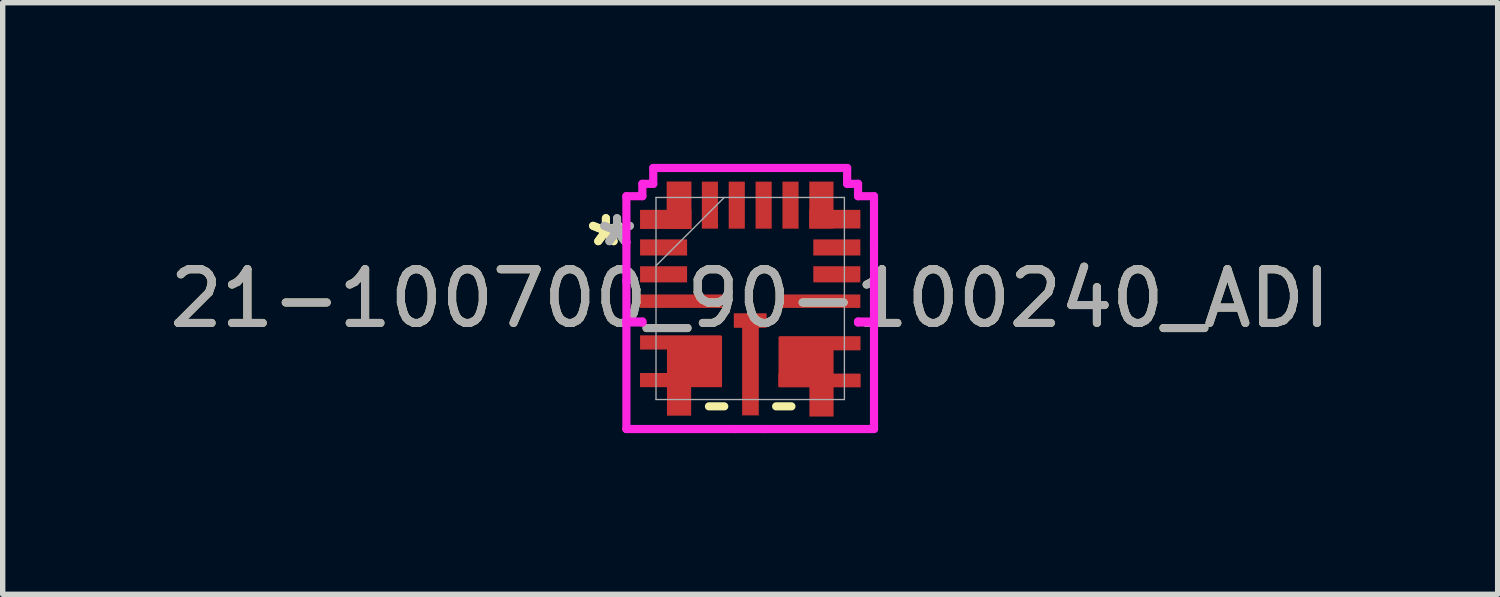
<source format=kicad_pcb>
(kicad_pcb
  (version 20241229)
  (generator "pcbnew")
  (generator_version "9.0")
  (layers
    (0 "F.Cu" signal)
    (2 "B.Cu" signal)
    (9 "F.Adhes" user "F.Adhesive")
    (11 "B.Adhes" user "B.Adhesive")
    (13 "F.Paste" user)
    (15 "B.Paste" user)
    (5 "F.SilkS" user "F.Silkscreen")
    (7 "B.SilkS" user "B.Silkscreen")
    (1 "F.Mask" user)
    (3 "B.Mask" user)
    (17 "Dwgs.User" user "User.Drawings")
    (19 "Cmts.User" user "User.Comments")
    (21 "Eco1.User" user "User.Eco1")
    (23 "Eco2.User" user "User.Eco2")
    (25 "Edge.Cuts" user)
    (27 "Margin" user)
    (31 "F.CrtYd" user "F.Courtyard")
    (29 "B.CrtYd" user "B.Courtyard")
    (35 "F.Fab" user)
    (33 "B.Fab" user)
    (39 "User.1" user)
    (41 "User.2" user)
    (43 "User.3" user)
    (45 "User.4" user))
  (footprint "21-100700_90-100240_ADI"
    (layer "F.Cu")
    (at 10.911 2.505)
    (property "Reference" "21-100700_90-100240_ADI" (at 0 0 0) (unlocked yes) (layer "F.SilkS") (effects (font (size 1 1) (thickness 0.15))))
    (attr smd allow_soldermask_bridges)
    (fp_poly (pts (xy -2.05 -1.3) (xy -2.05 -1.65) (xy -1.55 -1.65) (xy -1.55 -2.175) (xy -1.1 -2.175) (xy -1.1 -1.319) (xy -1.119 -1.3)) (stroke (width 0) (type solid)) (fill yes) (layer "F.Mask"))
    (fp_poly (pts (xy 2.05 -1.3) (xy 2.05 -1.65) (xy 1.55 -1.65) (xy 1.55 -2.175) (xy 1.1 -2.175) (xy 1.1 -1.319) (xy 1.119 -1.3)) (stroke (width 0) (type solid)) (fill yes) (layer "F.Mask"))
    (fp_poly (pts (xy -0.3 0.275) (xy 0.3 0.275) (xy 0.3 0.525) (xy 0.169 0.525) (xy 0.15 0.544) (xy 0.15 2.175) (xy -0.15 2.175) (xy -0.15 0.544) (xy -0.169 0.525) (xy -0.3 0.525)) (stroke (width 0) (type solid)) (fill yes) (layer "F.Mask"))
    (fp_poly (pts (xy -2.05 0.7) (xy -2.05 0.95) (xy -1.55 0.95) (xy -1.55 1.4) (xy -2.05 1.4) (xy -2.05 1.65) (xy -1.55 1.65) (xy -1.55 2.175) (xy -1.1 2.175) (xy -1.1 1.65) (xy -0.544 1.65) (xy -0.525 1.631) (xy -0.525 0.719) (xy -0.544 0.7)) (stroke (width 0) (type solid)) (fill yes) (layer "F.Mask"))
    (fp_poly (pts (xy 2.05 0.7) (xy 2.05 0.95) (xy 1.55 0.95) (xy 1.55 1.4) (xy 2.05 1.4) (xy 2.05 1.65) (xy 1.55 1.65) (xy 1.55 2.175) (xy 1.1 2.175) (xy 1.1 1.65) (xy 0.544 1.65) (xy 0.525 1.631) (xy 0.525 0.719) (xy 0.544 0.7)) (stroke (width 0) (type solid)) (fill yes) (layer "F.Mask"))
    (fp_line (start -0.483 2.007) (end -0.767 2.007) (stroke (width 0.152) (type solid)) (layer "F.SilkS"))
    (fp_line (start 0.767 2.007) (end 0.483 2.007) (stroke (width 0.152) (type solid)) (layer "F.SilkS"))
    (fp_poly (pts (xy -2.05 -1.3) (xy -2.05 -1.65) (xy -1.55 -1.65) (xy -1.55 -2.175) (xy -1.1 -2.175) (xy -1.1 -1.319) (xy -1.119 -1.3)) (stroke (width 0) (type solid)) (fill yes) (layer "F.Paste"))
    (fp_poly (pts (xy 2.05 -1.3) (xy 2.05 -1.65) (xy 1.55 -1.65) (xy 1.55 -2.175) (xy 1.1 -2.175) (xy 1.1 -1.319) (xy 1.119 -1.3)) (stroke (width 0) (type solid)) (fill yes) (layer "F.Paste"))
    (fp_poly (pts (xy -0.3 0.275) (xy 0.3 0.275) (xy 0.3 0.525) (xy 0.169 0.525) (xy 0.15 0.544) (xy 0.15 2.175) (xy -0.15 2.175) (xy -0.15 0.544) (xy -0.169 0.525) (xy -0.3 0.525)) (stroke (width 0) (type solid)) (fill yes) (layer "F.Paste"))
    (fp_poly (pts (xy -2.05 0.7) (xy -2.05 0.95) (xy -1.55 0.95) (xy -1.55 1.4) (xy -2.05 1.4) (xy -2.05 1.65) (xy -1.55 1.65) (xy -1.55 2.175) (xy -1.1 2.175) (xy -1.1 1.65) (xy -0.544 1.65) (xy -0.525 1.631) (xy -0.525 0.719) (xy -0.544 0.7)) (stroke (width 0) (type solid)) (fill yes) (layer "F.Paste"))
    (fp_poly (pts (xy 2.05 0.7) (xy 2.05 0.95) (xy 1.55 0.95) (xy 1.55 1.4) (xy 2.05 1.4) (xy 2.05 1.65) (xy 1.55 1.65) (xy 1.55 2.175) (xy 1.1 2.175) (xy 1.1 1.65) (xy 0.544 1.65) (xy 0.525 1.631) (xy 0.525 0.719) (xy 0.544 0.7)) (stroke (width 0) (type solid)) (fill yes) (layer "F.Paste"))
    (fp_line (start -2.304 -1.046) (end -2.304 -0.329) (stroke (width 0.152) (type solid)) (layer "F.CrtYd"))
    (fp_line (start -2.304 -0.329) (end -2.304 -0.329) (stroke (width 0.152) (type solid)) (layer "F.CrtYd"))
    (fp_line (start -2.304 -1.904) (end -2.304 -1.046) (stroke (width 0.152) (type solid)) (layer "F.CrtYd"))
    (fp_line (start -2.304 -1.046) (end -2.304 -1.046) (stroke (width 0.152) (type solid)) (layer "F.CrtYd"))
    (fp_line (start -2.304 0.446) (end -2.304 2.429) (stroke (width 0.152) (type solid)) (layer "F.CrtYd"))
    (fp_line (start -2.304 2.429) (end -0.271 2.429) (stroke (width 0.152) (type solid)) (layer "F.CrtYd"))
    (fp_line (start -2.304 -0.329) (end -2.304 0.429) (stroke (width 0.152) (type solid)) (layer "F.CrtYd"))
    (fp_line (start -2.304 0.429) (end -2.007 0.429) (stroke (width 0.152) (type solid)) (layer "F.CrtYd"))
    (fp_line (start -2.007 -2.134) (end -2.007 -1.904) (stroke (width 0.152) (type solid)) (layer "F.CrtYd"))
    (fp_line (start -2.007 -1.904) (end -2.304 -1.904) (stroke (width 0.152) (type solid)) (layer "F.CrtYd"))
    (fp_line (start -2.007 0.429) (end -2.007 0.446) (stroke (width 0.152) (type solid)) (layer "F.CrtYd"))
    (fp_line (start -2.007 0.446) (end -2.304 0.446) (stroke (width 0.152) (type solid)) (layer "F.CrtYd"))
    (fp_line (start -1.804 -2.429) (end -1.804 -2.134) (stroke (width 0.152) (type solid)) (layer "F.CrtYd"))
    (fp_line (start -1.804 -2.134) (end -2.007 -2.134) (stroke (width 0.152) (type solid)) (layer "F.CrtYd"))
    (fp_line (start -0.271 2.429) (end -0.271 2.429) (stroke (width 0.152) (type solid)) (layer "F.CrtYd"))
    (fp_line (start -0.271 2.429) (end 0.271 2.429) (stroke (width 0.152) (type solid)) (layer "F.CrtYd"))
    (fp_line (start 0.271 2.429) (end 0.271 2.429) (stroke (width 0.152) (type solid)) (layer "F.CrtYd"))
    (fp_line (start 0.271 2.429) (end 2.304 2.429) (stroke (width 0.152) (type solid)) (layer "F.CrtYd"))
    (fp_line (start 1.804 -2.429) (end -1.804 -2.429) (stroke (width 0.152) (type solid)) (layer "F.CrtYd"))
    (fp_line (start 1.804 -2.134) (end 1.804 -2.429) (stroke (width 0.152) (type solid)) (layer "F.CrtYd"))
    (fp_line (start 2.007 -2.134) (end 1.804 -2.134) (stroke (width 0.152) (type solid)) (layer "F.CrtYd"))
    (fp_line (start 2.007 -1.904) (end 2.007 -2.134) (stroke (width 0.152) (type solid)) (layer "F.CrtYd"))
    (fp_line (start 2.007 0.429) (end 2.304 0.429) (stroke (width 0.152) (type solid)) (layer "F.CrtYd"))
    (fp_line (start 2.007 0.446) (end 2.007 0.429) (stroke (width 0.152) (type solid)) (layer "F.CrtYd"))
    (fp_line (start 2.304 -0.046) (end 2.304 -0.046) (stroke (width 0.152) (type solid)) (layer "F.CrtYd"))
    (fp_line (start 2.304 0.429) (end 2.304 -0.046) (stroke (width 0.152) (type solid)) (layer "F.CrtYd"))
    (fp_line (start 2.304 -1.904) (end 2.007 -1.904) (stroke (width 0.152) (type solid)) (layer "F.CrtYd"))
    (fp_line (start 2.304 -1.046) (end 2.304 -1.904) (stroke (width 0.152) (type solid)) (layer "F.CrtYd"))
    (fp_line (start 2.304 0.446) (end 2.007 0.446) (stroke (width 0.152) (type solid)) (layer "F.CrtYd"))
    (fp_line (start 2.304 2.429) (end 2.304 0.446) (stroke (width 0.152) (type solid)) (layer "F.CrtYd"))
    (fp_line (start 2.304 -1.046) (end 2.304 -1.046) (stroke (width 0.152) (type solid)) (layer "F.CrtYd"))
    (fp_line (start 2.304 -0.046) (end 2.304 -1.046) (stroke (width 0.152) (type solid)) (layer "F.CrtYd"))
    (fp_line (start -1.753 -1.88) (end -1.753 1.88) (stroke (width 0.025) (type solid)) (layer "F.Fab"))
    (fp_line (start -1.753 -0.61) (end -0.483 -1.88) (stroke (width 0.025) (type solid)) (layer "F.Fab"))
    (fp_line (start -1.753 1.88) (end 1.753 1.88) (stroke (width 0.025) (type solid)) (layer "F.Fab"))
    (fp_line (start 1.753 -1.88) (end -1.753 -1.88) (stroke (width 0.025) (type solid)) (layer "F.Fab"))
    (fp_line (start 1.753 1.88) (end 1.753 -1.88) (stroke (width 0.025) (type solid)) (layer "F.Fab"))
    (fp_text user "*" (at -2.685 -0.95 0) (unlocked yes) (layer "F.SilkS") (effects (font (size 1 1) (thickness 0.15))))
    (fp_text user "*" (at -2.685 -0.95 0) (layer "F.SilkS") (effects (font (size 1 1) (thickness 0.15))))
    (fp_text user "*" (at -2.478 -0.95 0) (layer "F.Fab") (effects (font (size 1 1) (thickness 0.15))))
    (fp_text user "${REFERENCE}" (at 0 0 0) (unlocked yes) (layer "F.Fab") (effects (font (size 1 1) (thickness 0.15))))
    (fp_text user "*" (at -2.478 -0.95 0) (unlocked yes) (layer "F.Fab") (effects (font (size 1 1) (thickness 0.15))))
    (pad "1" smd rect (at -1.612 -0.95) (size 0.875 0.3) (layers "F.Cu" "F.Mask" "F.Paste"))
    (pad "2" smd rect (at -1.612 -0.45) (size 0.875 0.3) (layers "F.Cu" "F.Mask" "F.Paste"))
    (pad "3" smd rect (at -1.287 0.05) (size 1.525 0.25) (layers "F.Cu" "F.Mask" "F.Paste"))
    (pad "4" smd custom (at -1.287 0.825) (size 1.525 0.25) (layers "F.Cu" "F.Mask" "F.Paste") (options (anchor rect)) (primitives (gr_poly (pts (xy -0.762 -0.139) (xy -0.762 0.111) (xy -0.262 0.111) (xy -0.262 0.561) (xy -0.762 0.561) (xy -0.762 0.811) (xy -0.262 0.811) (xy -0.262 1.356) (xy 0.188 1.356) (xy 0.188 0.811) (xy 0.744 0.811) (xy 0.763 0.792) (xy 0.763 -0.12) (xy 0.744 -0.139)) (width 0) (fill yes))))
    (pad "5" smd rect (at -1.287 1.525) (size 1.525 0.25) (layers "F.Cu" "F.Mask" "F.Paste"))
    (pad "6" smd custom (at 0.005 1.228 90) (size 1.895 0.31) (layers "F.Cu" "F.Mask" "F.Paste") (options (anchor rect)) (primitives (gr_poly (pts (xy 0.948 -0.305) (xy 0.948 0.295) (xy 0.688 0.295) (xy 0.688 -0.305)) (width 0.01) (fill yes))))
    (pad "7" smd rect (at 1.287 1.525) (size 1.525 0.25) (layers "F.Cu" "F.Mask" "F.Paste"))
    (pad "8" smd custom (at 1.29 0.84) (size 1.525 0.25) (layers "F.Cu" "F.Mask" "F.Paste") (options (anchor rect)) (primitives (gr_poly (pts (xy 0.762 -0.139) (xy 0.762 0.111) (xy 0.262 0.111) (xy 0.262 0.561) (xy 0.762 0.561) (xy 0.762 0.811) (xy 0.262 0.811) (xy 0.262 1.356) (xy -0.188 1.356) (xy -0.188 0.811) (xy -0.744 0.811) (xy -0.763 0.792) (xy -0.763 -0.12) (xy -0.744 -0.139)) (width 0) (fill yes))))
    (pad "9" smd rect (at 1.287 0.05) (size 1.525 0.25) (layers "F.Cu" "F.Mask" "F.Paste"))
    (pad "10" smd rect (at 1.612 -0.45) (size 0.875 0.3) (layers "F.Cu" "F.Mask" "F.Paste"))
    (pad "11" smd rect (at 1.612 -0.95) (size 0.875 0.3) (layers "F.Cu" "F.Mask" "F.Paste"))
    (pad "12" smd rect (at 1.325 -1.739 90) (size 0.873 0.45) (layers "F.Cu" "F.Mask" "F.Paste"))
    (pad "12" smd rect (at 1.575 -1.476 180) (size 0.95 0.347) (layers "F.Cu" "F.Mask" "F.Paste"))
    (pad "13" smd rect (at 0.75 -1.737 90) (size 0.875 0.3) (layers "F.Cu" "F.Mask" "F.Paste"))
    (pad "14" smd rect (at 0.25 -1.737 90) (size 0.875 0.3) (layers "F.Cu" "F.Mask" "F.Paste"))
    (pad "15" smd rect (at -0.25 -1.737 90) (size 0.875 0.3) (layers "F.Cu" "F.Mask" "F.Paste"))
    (pad "16" smd rect (at -0.75 -1.737 90) (size 0.875 0.3) (layers "F.Cu" "F.Mask" "F.Paste"))
    (pad "17" smd rect (at -1.572 -1.472) (size 0.956 0.355) (layers "F.Cu" "F.Mask" "F.Paste"))
    (pad "17" smd rect (at -1.324 -1.736 270) (size 0.881 0.461) (layers "F.Cu" "F.Mask" "F.Paste")))
  (gr_rect
    (start -3 -3)
    (end 24.821 8.01)
    (stroke (width 0.1) (type default))
    (fill no)
    (layer "Edge.Cuts")))
</source>
